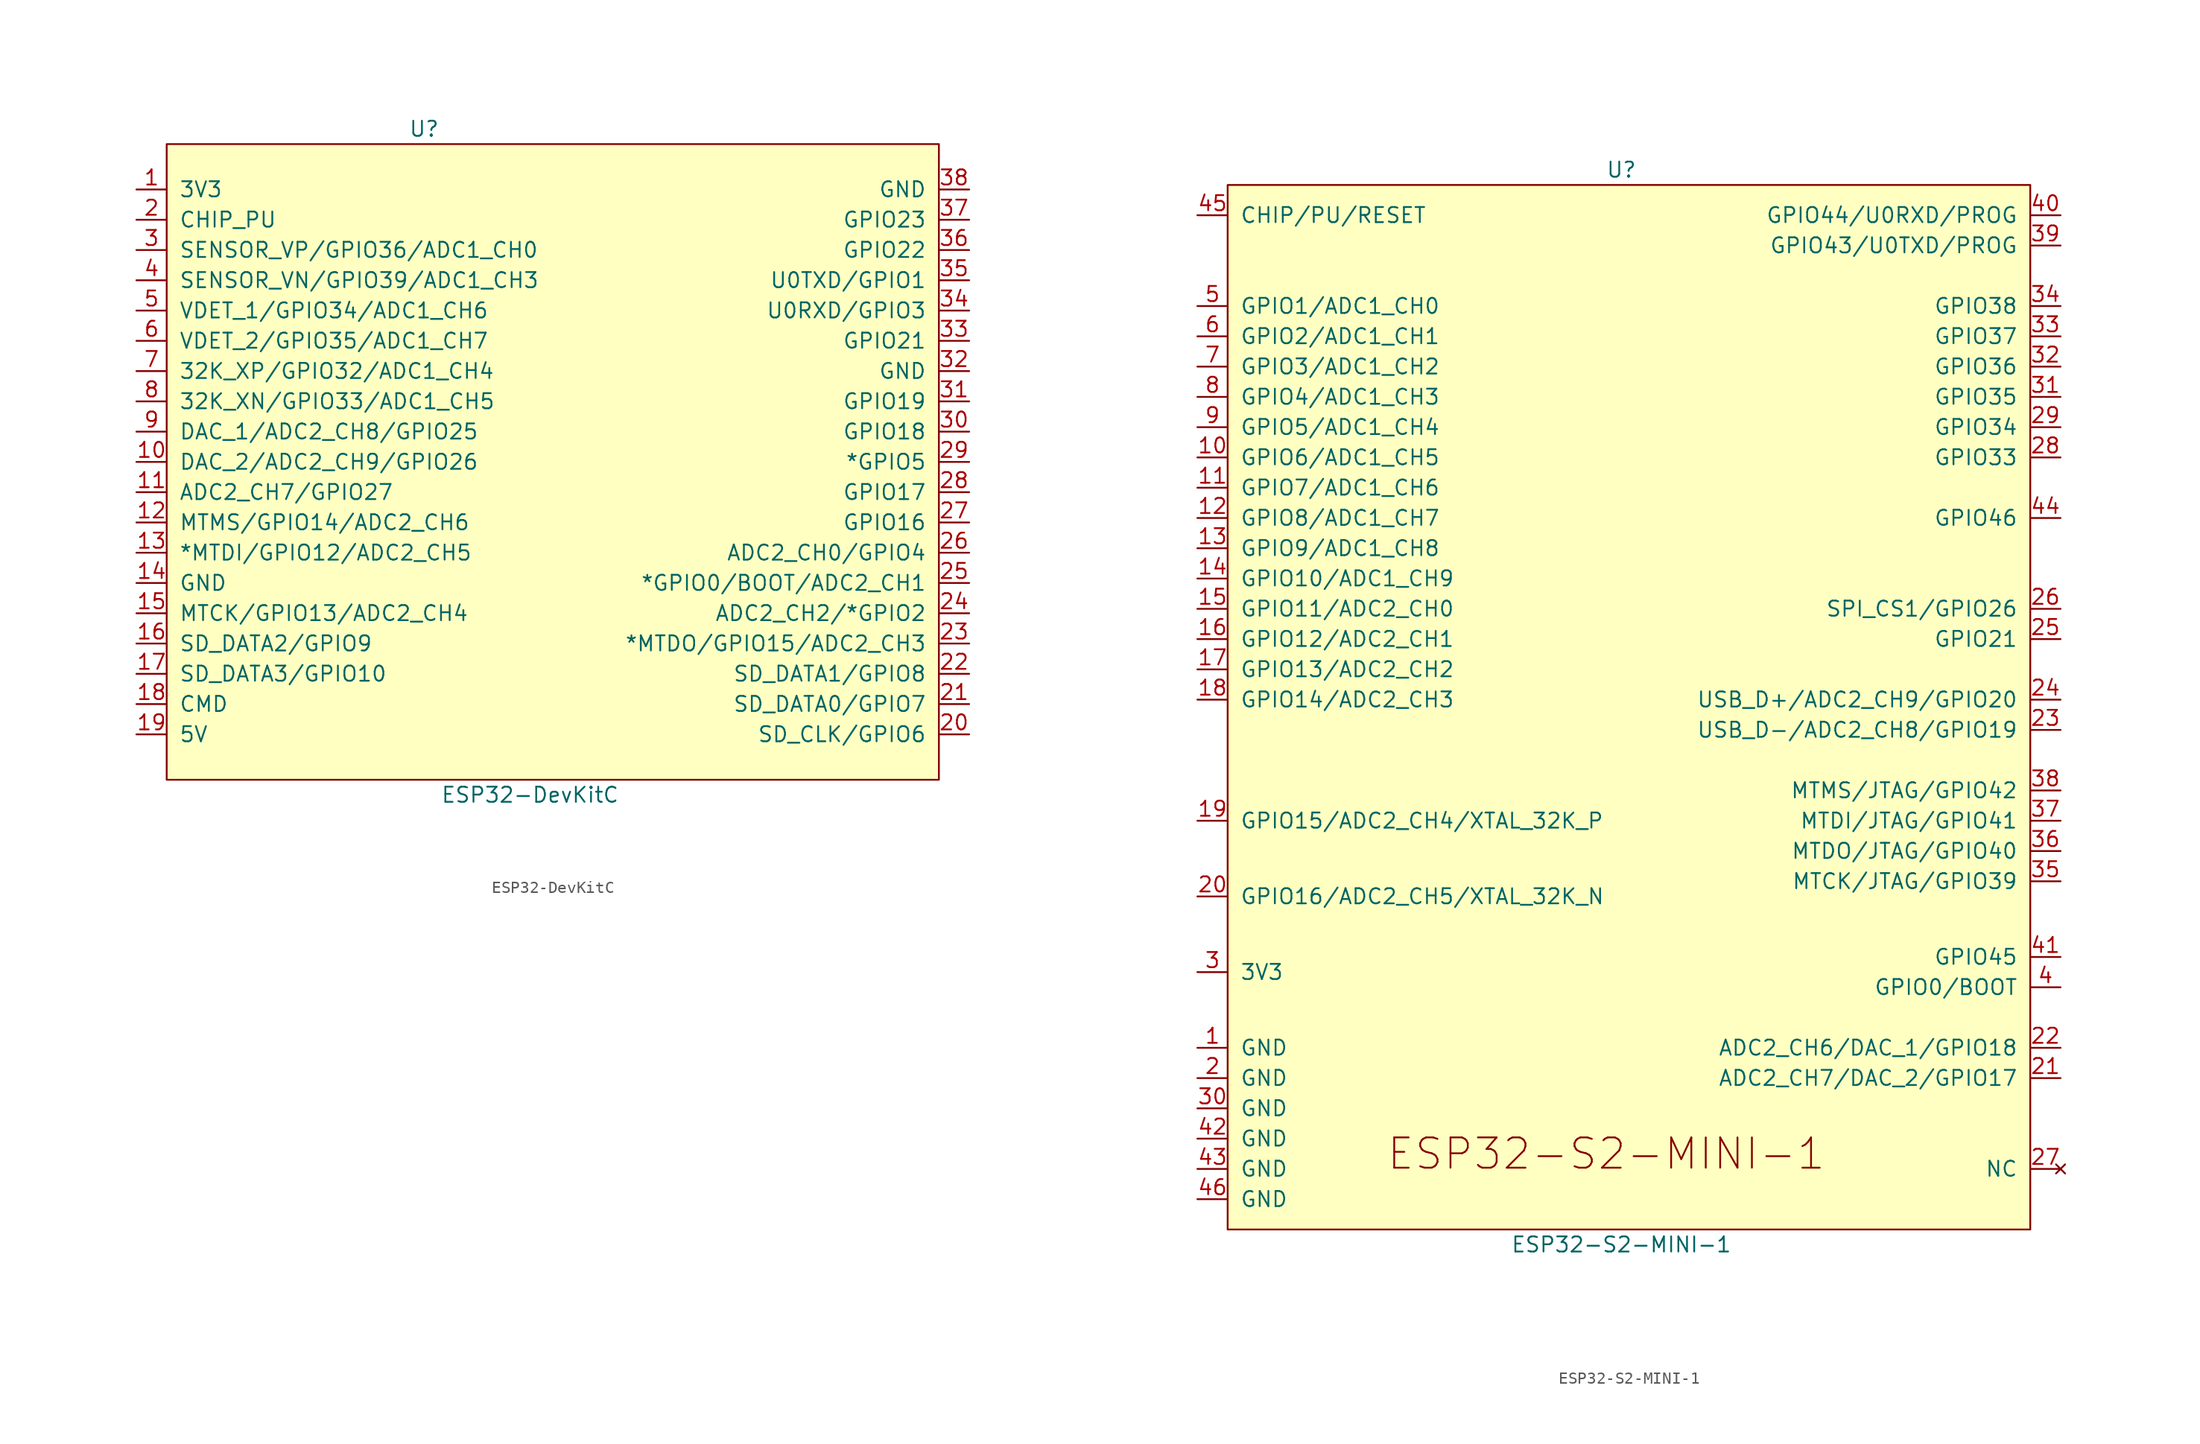
<source format=kicad_sym>
(kicad_symbol_lib
  (version 20231120)
  (generator "kicad_symbol_editor")
  (generator_version "8.0")
  (symbol "ESP32-DevKitC"
    (pin_names
      (offset 1.016))
    (property "Reference" "U"
      (at -8.89 26.67 0)
      (effects (font (size 1.27 1.27))))
    (property "Value" "ESP32-DevKitC"
      (at 0 -29.21 0)
      (effects (font (size 1.27 1.27))))
    (symbol "ESP32-DevKitC_0_0"
      (pin power_in line (at -33.02 -11.43 0) (length 2.54) (name "GND" (effects (font (size 1.27 1.27)))) (number "14" (effects (font (size 1.27 1.27)))))
      (pin power_in line (at -33.02 -24.13 0) (length 2.54) (name "5V" (effects (font (size 1.27 1.27)))) (number "19" (effects (font (size 1.27 1.27))))))
    (symbol "ESP32-DevKitC_0_1"
      (rectangle (start -30.48 25.4) (end 34.29 -27.94) (stroke (width 0) (type default)) (fill (type background))))
    (symbol "ESP32-DevKitC_1_1"
      (pin power_in line (at -33.02 21.59 0) (length 2.54) (name "3V3" (effects (font (size 1.27 1.27)))) (number "1" (effects (font (size 1.27 1.27)))))
      (pin bidirectional line (at -33.02 -1.27 0) (length 2.54) (name "DAC_2/ADC2_CH9/GPIO26" (effects (font (size 1.27 1.27)))) (number "10" (effects (font (size 1.27 1.27)))))
      (pin bidirectional line (at -33.02 -3.81 0) (length 2.54) (name "ADC2_CH7/GPIO27" (effects (font (size 1.27 1.27)))) (number "11" (effects (font (size 1.27 1.27)))))
      (pin bidirectional line (at -33.02 -6.35 0) (length 2.54) (name "MTMS/GPIO14/ADC2_CH6" (effects (font (size 1.27 1.27)))) (number "12" (effects (font (size 1.27 1.27)))))
      (pin bidirectional line (at -33.02 -8.89 0) (length 2.54) (name "*MTDI/GPIO12/ADC2_CH5" (effects (font (size 1.27 1.27)))) (number "13" (effects (font (size 1.27 1.27)))))
      (pin bidirectional line (at -33.02 -13.97 0) (length 2.54) (name "MTCK/GPIO13/ADC2_CH4" (effects (font (size 1.27 1.27)))) (number "15" (effects (font (size 1.27 1.27)))))
      (pin bidirectional line (at -33.02 -16.51 0) (length 2.54) (name "SD_DATA2/GPIO9" (effects (font (size 1.27 1.27)))) (number "16" (effects (font (size 1.27 1.27)))))
      (pin bidirectional line (at -33.02 -19.05 0) (length 2.54) (name "SD_DATA3/GPIO10" (effects (font (size 1.27 1.27)))) (number "17" (effects (font (size 1.27 1.27)))))
      (pin bidirectional line (at -33.02 -21.59 0) (length 2.54) (name "CMD" (effects (font (size 1.27 1.27)))) (number "18" (effects (font (size 1.27 1.27)))))
      (pin input line (at -33.02 19.05 0) (length 2.54) (name "CHIP_PU" (effects (font (size 1.27 1.27)))) (number "2" (effects (font (size 1.27 1.27)))))
      (pin bidirectional line (at 36.83 -24.13 180) (length 2.54) (name "SD_CLK/GPIO6" (effects (font (size 1.27 1.27)))) (number "20" (effects (font (size 1.27 1.27)))))
      (pin bidirectional line (at 36.83 -21.59 180) (length 2.54) (name "SD_DATA0/GPIO7" (effects (font (size 1.27 1.27)))) (number "21" (effects (font (size 1.27 1.27)))))
      (pin bidirectional line (at 36.83 -19.05 180) (length 2.54) (name "SD_DATA1/GPIO8" (effects (font (size 1.27 1.27)))) (number "22" (effects (font (size 1.27 1.27)))))
      (pin bidirectional line (at 36.83 -16.51 180) (length 2.54) (name "*MTDO/GPIO15/ADC2_CH3" (effects (font (size 1.27 1.27)))) (number "23" (effects (font (size 1.27 1.27)))))
      (pin bidirectional line (at 36.83 -13.97 180) (length 2.54) (name "ADC2_CH2/*GPIO2" (effects (font (size 1.27 1.27)))) (number "24" (effects (font (size 1.27 1.27)))))
      (pin bidirectional line (at 36.83 -11.43 180) (length 2.54) (name "*GPIO0/BOOT/ADC2_CH1" (effects (font (size 1.27 1.27)))) (number "25" (effects (font (size 1.27 1.27)))))
      (pin bidirectional line (at 36.83 -8.89 180) (length 2.54) (name "ADC2_CH0/GPIO4" (effects (font (size 1.27 1.27)))) (number "26" (effects (font (size 1.27 1.27)))))
      (pin bidirectional line (at 36.83 -6.35 180) (length 2.54) (name "GPIO16" (effects (font (size 1.27 1.27)))) (number "27" (effects (font (size 1.27 1.27)))))
      (pin bidirectional line (at 36.83 -3.81 180) (length 2.54) (name "GPIO17" (effects (font (size 1.27 1.27)))) (number "28" (effects (font (size 1.27 1.27)))))
      (pin bidirectional line (at 36.83 -1.27 180) (length 2.54) (name "*GPIO5" (effects (font (size 1.27 1.27)))) (number "29" (effects (font (size 1.27 1.27)))))
      (pin input line (at -33.02 16.51 0) (length 2.54) (name "SENSOR_VP/GPIO36/ADC1_CH0" (effects (font (size 1.27 1.27)))) (number "3" (effects (font (size 1.27 1.27)))))
      (pin bidirectional line (at 36.83 1.27 180) (length 2.54) (name "GPIO18" (effects (font (size 1.27 1.27)))) (number "30" (effects (font (size 1.27 1.27)))))
      (pin bidirectional line (at 36.83 3.81 180) (length 2.54) (name "GPIO19" (effects (font (size 1.27 1.27)))) (number "31" (effects (font (size 1.27 1.27)))))
      (pin power_in line (at 36.83 6.35 180) (length 2.54) (name "GND" (effects (font (size 1.27 1.27)))) (number "32" (effects (font (size 1.27 1.27)))))
      (pin bidirectional line (at 36.83 8.89 180) (length 2.54) (name "GPIO21" (effects (font (size 1.27 1.27)))) (number "33" (effects (font (size 1.27 1.27)))))
      (pin bidirectional line (at 36.83 11.43 180) (length 2.54) (name "U0RXD/GPIO3" (effects (font (size 1.27 1.27)))) (number "34" (effects (font (size 1.27 1.27)))))
      (pin bidirectional line (at 36.83 13.97 180) (length 2.54) (name "U0TXD/GPIO1" (effects (font (size 1.27 1.27)))) (number "35" (effects (font (size 1.27 1.27)))))
      (pin bidirectional line (at 36.83 16.51 180) (length 2.54) (name "GPIO22" (effects (font (size 1.27 1.27)))) (number "36" (effects (font (size 1.27 1.27)))))
      (pin bidirectional line (at 36.83 19.05 180) (length 2.54) (name "GPIO23" (effects (font (size 1.27 1.27)))) (number "37" (effects (font (size 1.27 1.27)))))
      (pin power_in line (at 36.83 21.59 180) (length 2.54) (name "GND" (effects (font (size 1.27 1.27)))) (number "38" (effects (font (size 1.27 1.27)))))
      (pin input line (at -33.02 13.97 0) (length 2.54) (name "SENSOR_VN/GPIO39/ADC1_CH3" (effects (font (size 1.27 1.27)))) (number "4" (effects (font (size 1.27 1.27)))))
      (pin input line (at -33.02 11.43 0) (length 2.54) (name "VDET_1/GPIO34/ADC1_CH6" (effects (font (size 1.27 1.27)))) (number "5" (effects (font (size 1.27 1.27)))))
      (pin input line (at -33.02 8.89 0) (length 2.54) (name "VDET_2/GPIO35/ADC1_CH7" (effects (font (size 1.27 1.27)))) (number "6" (effects (font (size 1.27 1.27)))))
      (pin bidirectional line (at -33.02 6.35 0) (length 2.54) (name "32K_XP/GPIO32/ADC1_CH4" (effects (font (size 1.27 1.27)))) (number "7" (effects (font (size 1.27 1.27)))))
      (pin bidirectional line (at -33.02 3.81 0) (length 2.54) (name "32K_XN/GPIO33/ADC1_CH5" (effects (font (size 1.27 1.27)))) (number "8" (effects (font (size 1.27 1.27)))))
      (pin bidirectional line (at -33.02 1.27 0) (length 2.54) (name "DAC_1/ADC2_CH8/GPIO25" (effects (font (size 1.27 1.27)))) (number "9" (effects (font (size 1.27 1.27)))))))
  (symbol "ESP32-S2-MINI-1"
    (pin_names
      (offset 1.016))
    (property "Reference" "U"
      (at 0 46.99 0)
      (effects (font (size 1.27 1.27))))
    (property "Value" "ESP32-S2-MINI-1"
      (at 0 -43.18 0)
      (effects (font (size 1.27 1.27))))
    (symbol "ESP32-S2-MINI-1_0_0"
      (pin power_in line (at -35.56 -36.83 0) (length 2.54) (name "GND" (effects (font (size 1.27 1.27)))) (number "43" (effects (font (size 1.27 1.27)))))
      (pin input line (at 36.83 17.78 180) (length 2.54) (name "GPIO46" (effects (font (size 1.27 1.27)))) (number "44" (effects (font (size 1.27 1.27)))))
      (pin bidirectional line (at -35.56 43.18 0) (length 2.54) (name "CHIP/PU/RESET" (effects (font (size 1.27 1.27)))) (number "45" (effects (font (size 1.27 1.27)))))
      (pin power_in line (at -35.56 -39.37 0) (length 2.54) (name "GND" (effects (font (size 1.27 1.27)))) (number "46" (effects (font (size 1.27 1.27))))))
    (symbol "ESP32-S2-MINI-1_1_1"
      (rectangle (start -33.02 -41.91) (end 34.29 45.72) (stroke (width 0) (type default)) (fill (type background)))
      (text "ESP32-S2-MINI-1" (at -1.27 -35.56 0) (effects (font (size 2.54 2.54))))
      (pin power_in line (at -35.56 -26.67 0) (length 2.54) (name "GND" (effects (font (size 1.27 1.27)))) (number "1" (effects (font (size 1.27 1.27)))))
      (pin bidirectional line (at -35.56 22.86 0) (length 2.54) (name "GPIO6/ADC1_CH5" (effects (font (size 1.27 1.27)))) (number "10" (effects (font (size 1.27 1.27)))))
      (pin bidirectional line (at -35.56 20.32 0) (length 2.54) (name "GPIO7/ADC1_CH6" (effects (font (size 1.27 1.27)))) (number "11" (effects (font (size 1.27 1.27)))))
      (pin bidirectional line (at -35.56 17.78 0) (length 2.54) (name "GPIO8/ADC1_CH7" (effects (font (size 1.27 1.27)))) (number "12" (effects (font (size 1.27 1.27)))))
      (pin bidirectional line (at -35.56 15.24 0) (length 2.54) (name "GPIO9/ADC1_CH8" (effects (font (size 1.27 1.27)))) (number "13" (effects (font (size 1.27 1.27)))))
      (pin bidirectional line (at -35.56 12.7 0) (length 2.54) (name "GPIO10/ADC1_CH9" (effects (font (size 1.27 1.27)))) (number "14" (effects (font (size 1.27 1.27)))))
      (pin bidirectional line (at -35.56 10.16 0) (length 2.54) (name "GPIO11/ADC2_CH0" (effects (font (size 1.27 1.27)))) (number "15" (effects (font (size 1.27 1.27)))))
      (pin bidirectional line (at -35.56 7.62 0) (length 2.54) (name "GPIO12/ADC2_CH1" (effects (font (size 1.27 1.27)))) (number "16" (effects (font (size 1.27 1.27)))))
      (pin bidirectional line (at -35.56 5.08 0) (length 2.54) (name "GPIO13/ADC2_CH2" (effects (font (size 1.27 1.27)))) (number "17" (effects (font (size 1.27 1.27)))))
      (pin bidirectional line (at -35.56 2.54 0) (length 2.54) (name "GPIO14/ADC2_CH3" (effects (font (size 1.27 1.27)))) (number "18" (effects (font (size 1.27 1.27)))))
      (pin bidirectional line (at -35.56 -7.62 0) (length 2.54) (name "GPIO15/ADC2_CH4/XTAL_32K_P" (effects (font (size 1.27 1.27)))) (number "19" (effects (font (size 1.27 1.27)))))
      (pin power_in line (at -35.56 -29.21 0) (length 2.54) (name "GND" (effects (font (size 1.27 1.27)))) (number "2" (effects (font (size 1.27 1.27)))))
      (pin bidirectional line (at -35.56 -13.97 0) (length 2.54) (name "GPIO16/ADC2_CH5/XTAL_32K_N" (effects (font (size 1.27 1.27)))) (number "20" (effects (font (size 1.27 1.27)))))
      (pin bidirectional line (at 36.83 -29.21 180) (length 2.54) (name "ADC2_CH7/DAC_2/GPIO17" (effects (font (size 1.27 1.27)))) (number "21" (effects (font (size 1.27 1.27)))))
      (pin bidirectional line (at 36.83 -26.67 180) (length 2.54) (name "ADC2_CH6/DAC_1/GPIO18" (effects (font (size 1.27 1.27)))) (number "22" (effects (font (size 1.27 1.27)))))
      (pin bidirectional line (at 36.83 0 180) (length 2.54) (name "USB_D-/ADC2_CH8/GPIO19" (effects (font (size 1.27 1.27)))) (number "23" (effects (font (size 1.27 1.27)))))
      (pin bidirectional line (at 36.83 2.54 180) (length 2.54) (name "USB_D+/ADC2_CH9/GPIO20" (effects (font (size 1.27 1.27)))) (number "24" (effects (font (size 1.27 1.27)))))
      (pin bidirectional line (at 36.83 7.62 180) (length 2.54) (name "GPIO21" (effects (font (size 1.27 1.27)))) (number "25" (effects (font (size 1.27 1.27)))))
      (pin bidirectional line (at 36.83 10.16 180) (length 2.54) (name "SPI_CS1/GPIO26" (effects (font (size 1.27 1.27)))) (number "26" (effects (font (size 1.27 1.27)))))
      (pin no_connect line (at 36.83 -36.83 180) (length 2.54) (name "NC" (effects (font (size 1.27 1.27)))) (number "27" (effects (font (size 1.27 1.27)))))
      (pin bidirectional line (at 36.83 22.86 180) (length 2.54) (name "GPIO33" (effects (font (size 1.27 1.27)))) (number "28" (effects (font (size 1.27 1.27)))))
      (pin bidirectional line (at 36.83 25.4 180) (length 2.54) (name "GPIO34" (effects (font (size 1.27 1.27)))) (number "29" (effects (font (size 1.27 1.27)))))
      (pin power_in line (at -35.56 -20.32 0) (length 2.54) (name "3V3" (effects (font (size 1.27 1.27)))) (number "3" (effects (font (size 1.27 1.27)))))
      (pin power_in line (at -35.56 -31.75 0) (length 2.54) (name "GND" (effects (font (size 1.27 1.27)))) (number "30" (effects (font (size 1.27 1.27)))))
      (pin bidirectional line (at 36.83 27.94 180) (length 2.54) (name "GPIO35" (effects (font (size 1.27 1.27)))) (number "31" (effects (font (size 1.27 1.27)))))
      (pin bidirectional line (at 36.83 30.48 180) (length 2.54) (name "GPIO36" (effects (font (size 1.27 1.27)))) (number "32" (effects (font (size 1.27 1.27)))))
      (pin bidirectional line (at 36.83 33.02 180) (length 2.54) (name "GPIO37" (effects (font (size 1.27 1.27)))) (number "33" (effects (font (size 1.27 1.27)))))
      (pin bidirectional line (at 36.83 35.56 180) (length 2.54) (name "GPIO38" (effects (font (size 1.27 1.27)))) (number "34" (effects (font (size 1.27 1.27)))))
      (pin bidirectional line (at 36.83 -12.7 180) (length 2.54) (name "MTCK/JTAG/GPIO39" (effects (font (size 1.27 1.27)))) (number "35" (effects (font (size 1.27 1.27)))))
      (pin bidirectional line (at 36.83 -10.16 180) (length 2.54) (name "MTDO/JTAG/GPIO40" (effects (font (size 1.27 1.27)))) (number "36" (effects (font (size 1.27 1.27)))))
      (pin bidirectional line (at 36.83 -7.62 180) (length 2.54) (name "MTDI/JTAG/GPIO41" (effects (font (size 1.27 1.27)))) (number "37" (effects (font (size 1.27 1.27)))))
      (pin bidirectional line (at 36.83 -5.08 180) (length 2.54) (name "MTMS/JTAG/GPIO42" (effects (font (size 1.27 1.27)))) (number "38" (effects (font (size 1.27 1.27)))))
      (pin bidirectional line (at 36.83 40.64 180) (length 2.54) (name "GPIO43/U0TXD/PROG" (effects (font (size 1.27 1.27)))) (number "39" (effects (font (size 1.27 1.27)))))
      (pin bidirectional line (at 36.83 -21.59 180) (length 2.54) (name "GPIO0/BOOT" (effects (font (size 1.27 1.27)))) (number "4" (effects (font (size 1.27 1.27)))))
      (pin bidirectional line (at 36.83 43.18 180) (length 2.54) (name "GPIO44/U0RXD/PROG" (effects (font (size 1.27 1.27)))) (number "40" (effects (font (size 1.27 1.27)))))
      (pin bidirectional line (at 36.83 -19.05 180) (length 2.54) (name "GPIO45" (effects (font (size 1.27 1.27)))) (number "41" (effects (font (size 1.27 1.27)))))
      (pin power_in line (at -35.56 -34.29 0) (length 2.54) (name "GND" (effects (font (size 1.27 1.27)))) (number "42" (effects (font (size 1.27 1.27)))))
      (pin bidirectional line (at -35.56 35.56 0) (length 2.54) (name "GPIO1/ADC1_CH0" (effects (font (size 1.27 1.27)))) (number "5" (effects (font (size 1.27 1.27)))))
      (pin bidirectional line (at -35.56 33.02 0) (length 2.54) (name "GPIO2/ADC1_CH1" (effects (font (size 1.27 1.27)))) (number "6" (effects (font (size 1.27 1.27)))))
      (pin bidirectional line (at -35.56 30.48 0) (length 2.54) (name "GPIO3/ADC1_CH2" (effects (font (size 1.27 1.27)))) (number "7" (effects (font (size 1.27 1.27)))))
      (pin bidirectional line (at -35.56 27.94 0) (length 2.54) (name "GPIO4/ADC1_CH3" (effects (font (size 1.27 1.27)))) (number "8" (effects (font (size 1.27 1.27)))))
      (pin bidirectional line (at -35.56 25.4 0) (length 2.54) (name "GPIO5/ADC1_CH4" (effects (font (size 1.27 1.27)))) (number "9" (effects (font (size 1.27 1.27))))))))
</source>
